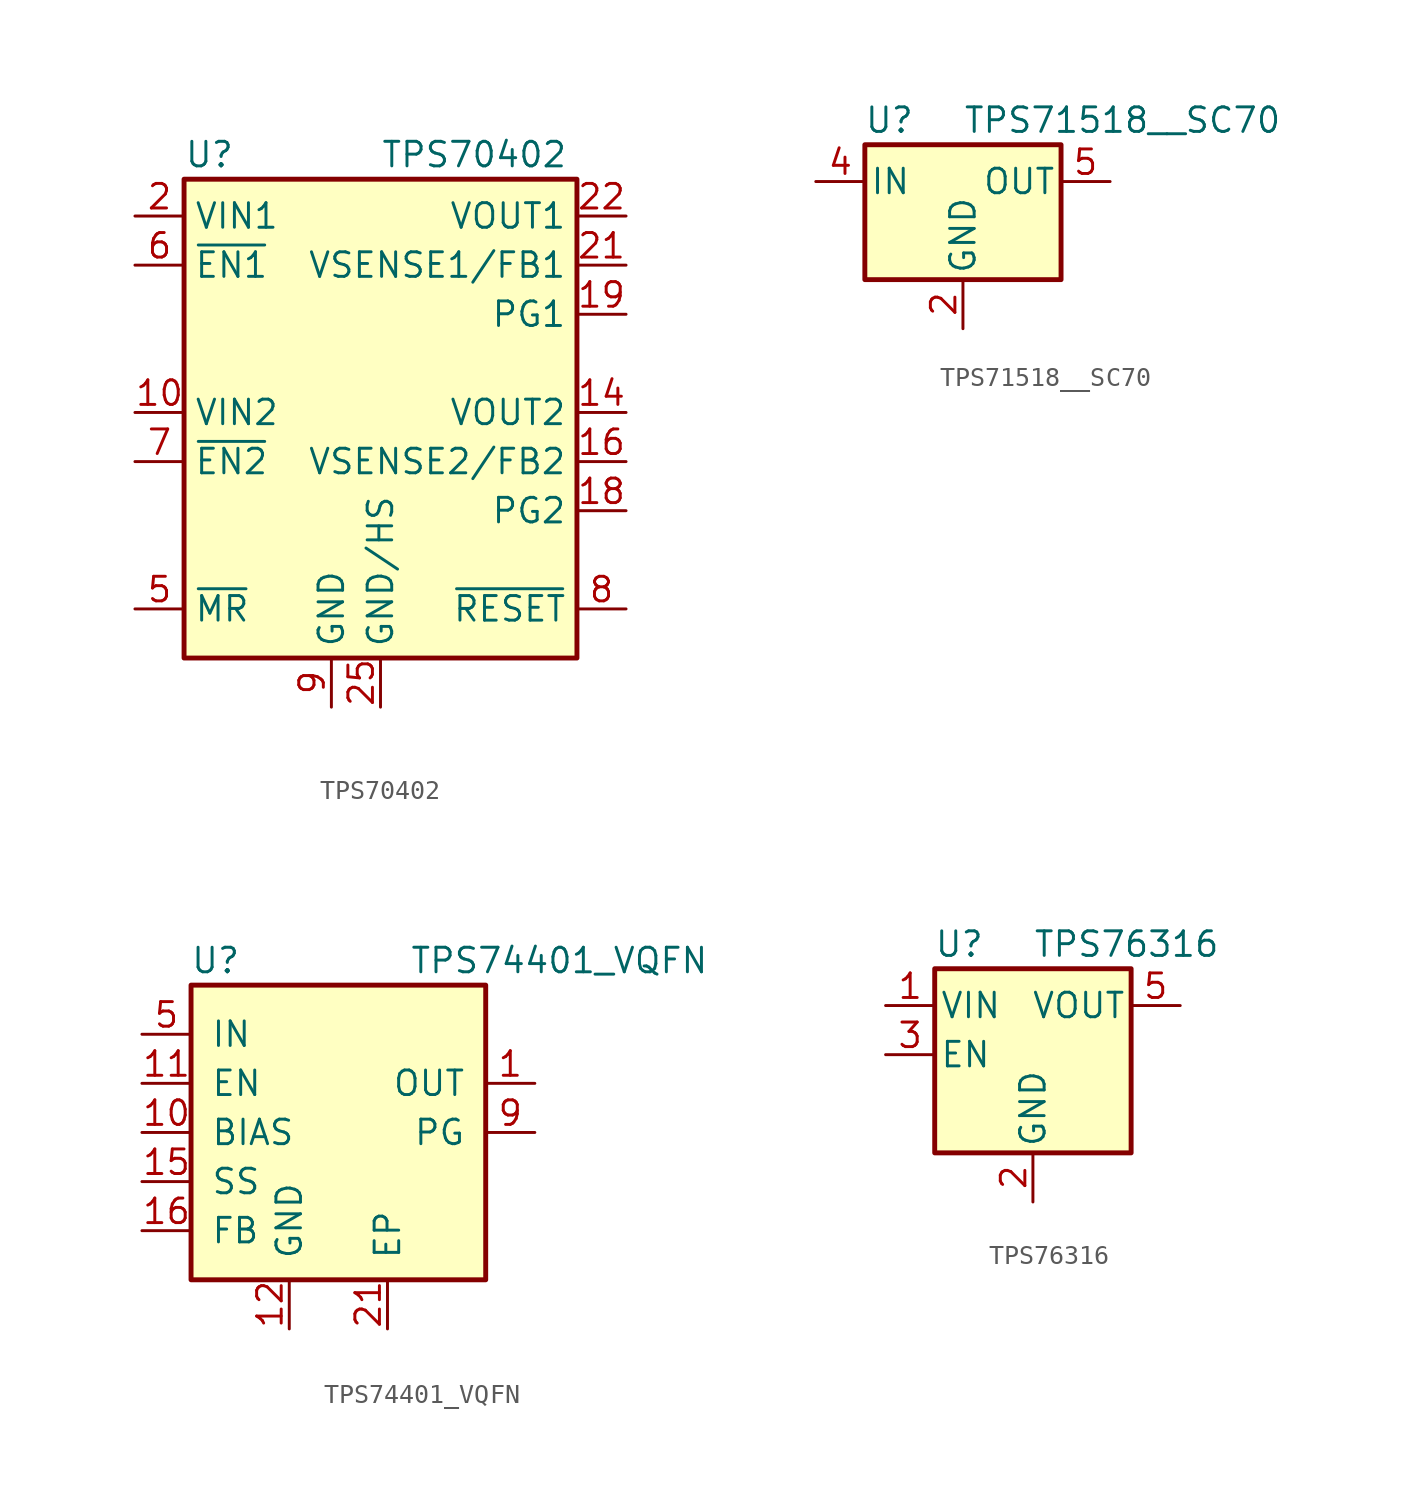
<source format=kicad_sym>
(kicad_symbol_lib
  (version 20200908)
  (generator kicad_symbol_editor)
  (symbol "Regulator_Linear:TPS70402"
    (property "Reference" "U"
      (at -10.16 13.335 0)
      (effects (font (size 1.27 1.27)) (justify left)))
    (property "Value" "TPS70402"
      (at 0 13.335 0)
      (effects (font (size 1.27 1.27)) (justify left)))
    (symbol "TPS70402_0_1"
      (rectangle (start -10.16 12.065) (end 10.16 -12.7) (stroke (width 0.254)) (fill (type background))))
    (symbol "TPS70402_1_1"
      (pin passive line (at 0 -15.24 90) (length 2.54) hide (name "GND/HS" (effects (font (size 1.27 1.27)))) (number "1" (effects (font (size 1.27 1.27)))))
      (pin power_in line (at -12.7 0 0) (length 2.54) (name "VIN2" (effects (font (size 1.27 1.27)))) (number "10" (effects (font (size 1.27 1.27)))))
      (pin passive line (at -12.7 0 0) (length 2.54) hide (name "VIN2" (effects (font (size 1.27 1.27)))) (number "11" (effects (font (size 1.27 1.27)))))
      (pin passive line (at 0 -15.24 90) (length 2.54) hide (name "GND/HS" (effects (font (size 1.27 1.27)))) (number "12" (effects (font (size 1.27 1.27)))))
      (pin passive line (at 0 -15.24 90) (length 2.54) hide (name "GND/HS" (effects (font (size 1.27 1.27)))) (number "13" (effects (font (size 1.27 1.27)))))
      (pin power_out line (at 12.7 0 180) (length 2.54) (name "VOUT2" (effects (font (size 1.27 1.27)))) (number "14" (effects (font (size 1.27 1.27)))))
      (pin passive line (at 12.7 0 180) (length 2.54) hide (name "VOUT2" (effects (font (size 1.27 1.27)))) (number "15" (effects (font (size 1.27 1.27)))))
      (pin input line (at 12.7 -2.54 180) (length 2.54) (name "VSENSE2/FB2" (effects (font (size 1.27 1.27)))) (number "16" (effects (font (size 1.27 1.27)))))
      (pin unconnected line (at -10.16 2.54 0) (length 2.54) hide (name "NC" (effects (font (size 1.27 1.27)))) (number "17" (effects (font (size 1.27 1.27)))))
      (pin open_collector line (at 12.7 -5.08 180) (length 2.54) (name "PG2" (effects (font (size 1.27 1.27)))) (number "18" (effects (font (size 1.27 1.27)))))
      (pin open_collector line (at 12.7 5.08 180) (length 2.54) (name "PG1" (effects (font (size 1.27 1.27)))) (number "19" (effects (font (size 1.27 1.27)))))
      (pin power_in line (at -12.7 10.16 0) (length 2.54) (name "VIN1" (effects (font (size 1.27 1.27)))) (number "2" (effects (font (size 1.27 1.27)))))
      (pin unconnected line (at -10.16 -5.08 0) (length 2.54) hide (name "NC" (effects (font (size 1.27 1.27)))) (number "20" (effects (font (size 1.27 1.27)))))
      (pin input line (at 12.7 7.62 180) (length 2.54) (name "VSENSE1/FB1" (effects (font (size 1.27 1.27)))) (number "21" (effects (font (size 1.27 1.27)))))
      (pin power_out line (at 12.7 10.16 180) (length 2.54) (name "VOUT1" (effects (font (size 1.27 1.27)))) (number "22" (effects (font (size 1.27 1.27)))))
      (pin passive line (at 12.7 10.16 180) (length 2.54) hide (name "VOUT1" (effects (font (size 1.27 1.27)))) (number "23" (effects (font (size 1.27 1.27)))))
      (pin passive line (at 0 -15.24 90) (length 2.54) hide (name "GND/HS" (effects (font (size 1.27 1.27)))) (number "24" (effects (font (size 1.27 1.27)))))
      (pin power_in line (at 0 -15.24 90) (length 2.54) (name "GND/HS" (effects (font (size 1.27 1.27)))) (number "25" (effects (font (size 1.27 1.27)))))
      (pin passive line (at -12.7 10.16 0) (length 2.54) hide (name "VIN1" (effects (font (size 1.27 1.27)))) (number "3" (effects (font (size 1.27 1.27)))))
      (pin unconnected line (at -10.16 5.08 0) (length 2.54) hide (name "NC" (effects (font (size 1.27 1.27)))) (number "4" (effects (font (size 1.27 1.27)))))
      (pin input line (at -12.7 -10.16 0) (length 2.54) (name "~MR" (effects (font (size 1.27 1.27)))) (number "5" (effects (font (size 1.27 1.27)))))
      (pin input line (at -12.7 7.62 0) (length 2.54) (name "~EN1" (effects (font (size 1.27 1.27)))) (number "6" (effects (font (size 1.27 1.27)))))
      (pin input line (at -12.7 -2.54 0) (length 2.54) (name "~EN2" (effects (font (size 1.27 1.27)))) (number "7" (effects (font (size 1.27 1.27)))))
      (pin open_collector line (at 12.7 -10.16 180) (length 2.54) (name "~RESET" (effects (font (size 1.27 1.27)))) (number "8" (effects (font (size 1.27 1.27)))))
      (pin power_in line (at -2.54 -15.24 90) (length 2.54) (name "GND" (effects (font (size 1.27 1.27)))) (number "9" (effects (font (size 1.27 1.27)))))))
  (symbol "Regulator_Linear:TPS71518__SC70"
    (pin_names
      (offset 0.254))
    (property "Reference" "U"
      (at -3.81 3.175 0)
      (effects (font (size 1.27 1.27))))
    (property "Value" "TPS71518__SC70"
      (at 0 3.175 0)
      (effects (font (size 1.27 1.27)) (justify left)))
    (symbol "TPS71518__SC70_0_1"
      (rectangle (start -5.08 1.905) (end 5.08 -5.08) (stroke (width 0.254)) (fill (type background))))
    (symbol "TPS71518__SC70_1_1"
      (pin unconnected line (at 7.62 -2.54 180) (length 2.54) hide (name "NC" (effects (font (size 1.27 1.27)))) (number "1" (effects (font (size 1.27 1.27)))))
      (pin power_in line (at 0 -7.62 90) (length 2.54) (name "GND" (effects (font (size 1.27 1.27)))) (number "2" (effects (font (size 1.27 1.27)))))
      (pin unconnected line (at -7.62 -2.54 0) (length 2.54) hide (name "NC" (effects (font (size 1.27 1.27)))) (number "3" (effects (font (size 1.27 1.27)))))
      (pin power_in line (at -7.62 0 0) (length 2.54) (name "IN" (effects (font (size 1.27 1.27)))) (number "4" (effects (font (size 1.27 1.27)))))
      (pin power_out line (at 7.62 0 180) (length 2.54) (name "OUT" (effects (font (size 1.27 1.27)))) (number "5" (effects (font (size 1.27 1.27)))))))
  (symbol "Regulator_Linear:TPS74401_VQFN"
    (pin_names
      (offset 1.016))
    (property "Reference" "U"
      (at -6.35 8.89 0)
      (effects (font (size 1.27 1.27))))
    (property "Value" "TPS74401_VQFN"
      (at 11.43 8.89 0)
      (effects (font (size 1.27 1.27))))
    (symbol "TPS74401_VQFN_0_1"
      (rectangle (start -7.62 7.62) (end 7.62 -7.62) (stroke (width 0.254)) (fill (type background))))
    (symbol "TPS74401_VQFN_1_1"
      (pin power_out line (at 10.16 2.54 180) (length 2.54) (name "OUT" (effects (font (size 1.27 1.27)))) (number "1" (effects (font (size 1.27 1.27)))))
      (pin input line (at -10.16 0 0) (length 2.54) (name "BIAS" (effects (font (size 1.27 1.27)))) (number "10" (effects (font (size 1.27 1.27)))))
      (pin input line (at -10.16 2.54 0) (length 2.54) (name "EN" (effects (font (size 1.27 1.27)))) (number "11" (effects (font (size 1.27 1.27)))))
      (pin power_in line (at -2.54 -10.16 90) (length 2.54) (name "GND" (effects (font (size 1.27 1.27)))) (number "12" (effects (font (size 1.27 1.27)))))
      (pin unconnected line (at 0 -10.16 90) (length 2.54) hide (name "NC" (effects (font (size 1.27 1.27)))) (number "13" (effects (font (size 1.27 1.27)))))
      (pin unconnected line (at 10.16 -5.08 180) (length 2.54) hide (name "NC" (effects (font (size 1.27 1.27)))) (number "14" (effects (font (size 1.27 1.27)))))
      (pin input line (at -10.16 -2.54 0) (length 2.54) (name "SS" (effects (font (size 1.27 1.27)))) (number "15" (effects (font (size 1.27 1.27)))))
      (pin input line (at -10.16 -5.08 0) (length 2.54) (name "FB" (effects (font (size 1.27 1.27)))) (number "16" (effects (font (size 1.27 1.27)))))
      (pin unconnected line (at 10.16 -2.54 180) (length 2.54) hide (name "NC" (effects (font (size 1.27 1.27)))) (number "17" (effects (font (size 1.27 1.27)))))
      (pin passive line (at 10.16 2.54 180) (length 2.54) hide (name "OUT" (effects (font (size 1.27 1.27)))) (number "18" (effects (font (size 1.27 1.27)))))
      (pin passive line (at 10.16 2.54 180) (length 2.54) hide (name "OUT" (effects (font (size 1.27 1.27)))) (number "19" (effects (font (size 1.27 1.27)))))
      (pin unconnected line (at -2.54 10.16 270) (length 2.54) hide (name "NC" (effects (font (size 1.27 1.27)))) (number "2" (effects (font (size 1.27 1.27)))))
      (pin passive line (at 10.16 2.54 180) (length 2.54) hide (name "OUT" (effects (font (size 1.27 1.27)))) (number "20" (effects (font (size 1.27 1.27)))))
      (pin power_in line (at 2.54 -10.16 90) (length 2.54) (name "EP" (effects (font (size 1.27 1.27)))) (number "21" (effects (font (size 1.27 1.27)))))
      (pin unconnected line (at 0 10.16 270) (length 2.54) hide (name "NC" (effects (font (size 1.27 1.27)))) (number "3" (effects (font (size 1.27 1.27)))))
      (pin unconnected line (at 2.54 10.16 270) (length 2.54) hide (name "NC" (effects (font (size 1.27 1.27)))) (number "4" (effects (font (size 1.27 1.27)))))
      (pin power_in line (at -10.16 5.08 0) (length 2.54) (name "IN" (effects (font (size 1.27 1.27)))) (number "5" (effects (font (size 1.27 1.27)))))
      (pin passive line (at -10.16 5.08 0) (length 2.54) hide (name "IN" (effects (font (size 1.27 1.27)))) (number "6" (effects (font (size 1.27 1.27)))))
      (pin passive line (at -10.16 5.08 0) (length 2.54) hide (name "IN" (effects (font (size 1.27 1.27)))) (number "7" (effects (font (size 1.27 1.27)))))
      (pin passive line (at -10.16 5.08 0) (length 2.54) hide (name "IN" (effects (font (size 1.27 1.27)))) (number "8" (effects (font (size 1.27 1.27)))))
      (pin output line (at 10.16 0 180) (length 2.54) (name "PG" (effects (font (size 1.27 1.27)))) (number "9" (effects (font (size 1.27 1.27)))))))
  (symbol "Regulator_Linear:TPS76316"
    (pin_names
      (offset 0.254))
    (property "Reference" "U"
      (at -3.81 5.715 0)
      (effects (font (size 1.27 1.27))))
    (property "Value" "TPS76316"
      (at 0 5.715 0)
      (effects (font (size 1.27 1.27)) (justify left)))
    (symbol "TPS76316_0_1"
      (rectangle (start -5.08 4.445) (end 5.08 -5.08) (stroke (width 0.254)) (fill (type background))))
    (symbol "TPS76316_1_1"
      (pin power_in line (at -7.62 2.54 0) (length 2.54) (name "VIN" (effects (font (size 1.27 1.27)))) (number "1" (effects (font (size 1.27 1.27)))))
      (pin power_in line (at 0 -7.62 90) (length 2.54) (name "GND" (effects (font (size 1.27 1.27)))) (number "2" (effects (font (size 1.27 1.27)))))
      (pin input line (at -7.62 0 0) (length 2.54) (name "EN" (effects (font (size 1.27 1.27)))) (number "3" (effects (font (size 1.27 1.27)))))
      (pin unconnected line (at 7.62 0 180) (length 2.54) hide (name "NC" (effects (font (size 1.27 1.27)))) (number "4" (effects (font (size 1.27 1.27)))))
      (pin power_out line (at 7.62 2.54 180) (length 2.54) (name "VOUT" (effects (font (size 1.27 1.27)))) (number "5" (effects (font (size 1.27 1.27))))))))
</source>
